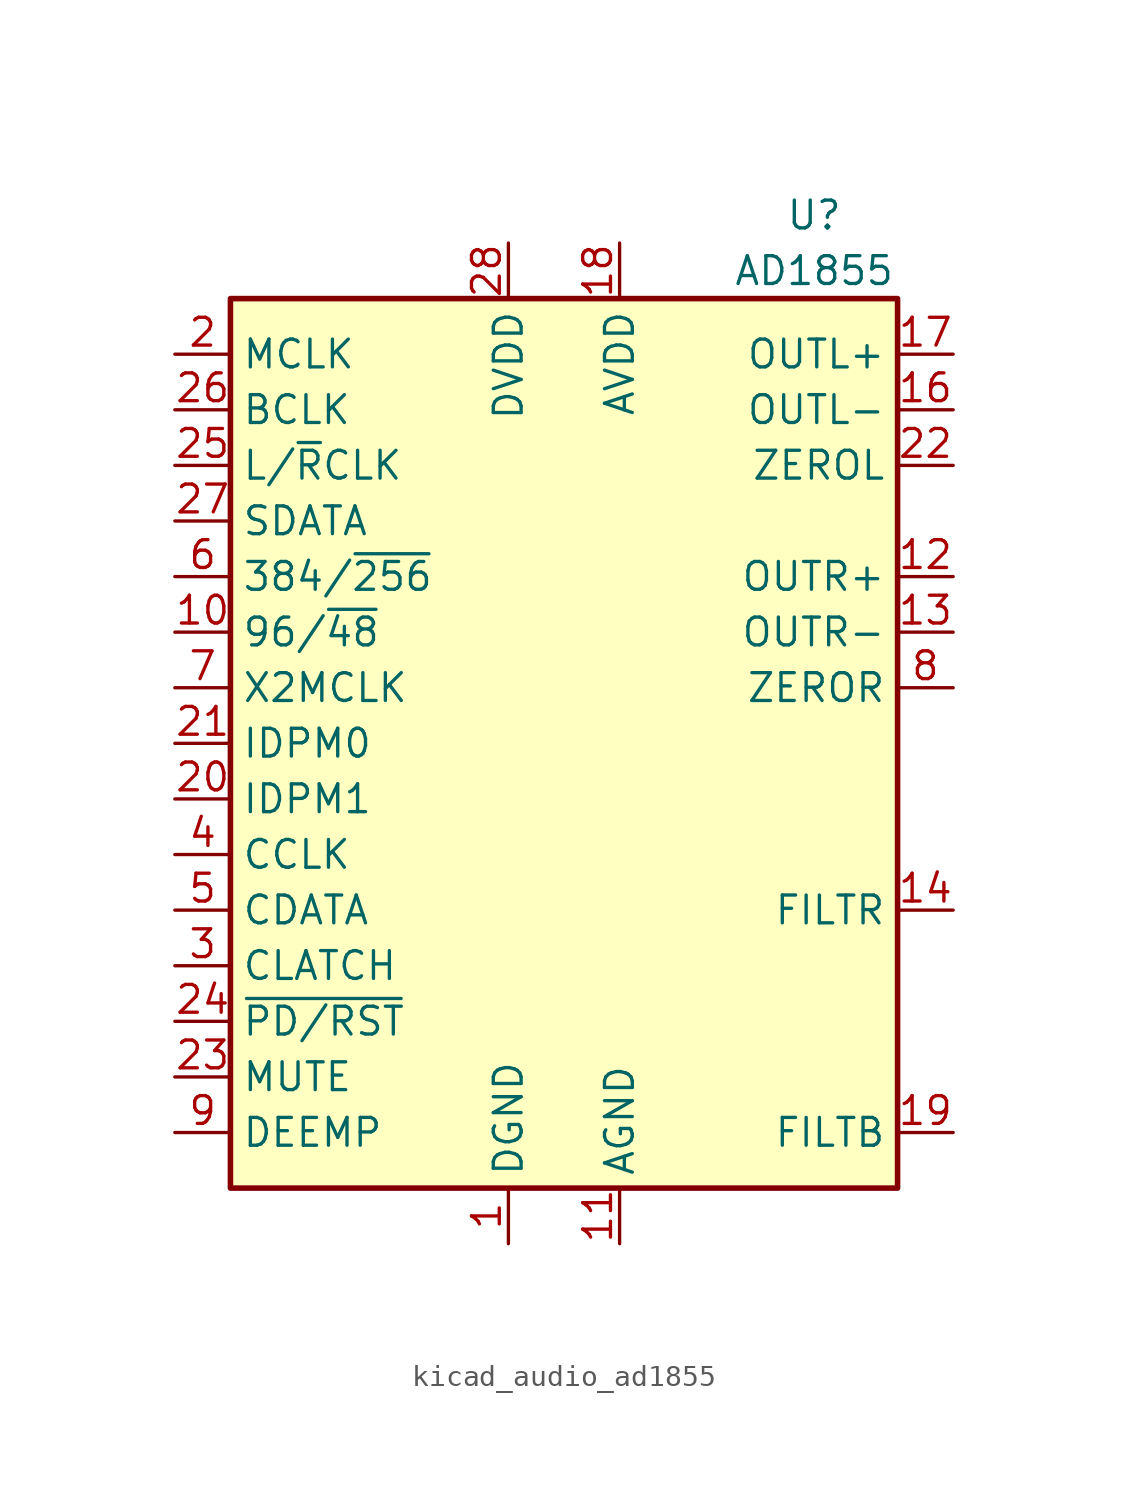
<source format=kicad_sym>
(kicad_symbol_lib
  (version 20220914)
  (generator kicad_symbol_editor)
  (symbol "kicad_audio_ad1855"
    (property "Reference" "U"
      (at 11.43 24.13 0)
      (effects (font (size 1.27 1.27))))
    (property "Value" "AD1855"
      (at 11.43 21.59 0)
      (effects (font (size 1.27 1.27))))
    (symbol "kicad_audio_ad1855_0_1"
      (rectangle (start -15.24 20.32) (end 15.24 -20.32) (stroke (width 0.254) (type default)) (fill (type background))))
    (symbol "kicad_audio_ad1855_1_1"
      (pin power_in line (at -2.54 -22.86 90) (length 2.54) (name "DGND" (effects (font (size 1.27 1.27)))) (number "1" (effects (font (size 1.27 1.27)))))
      (pin input line (at -17.78 5.08 0) (length 2.54) (name "96/~{48}" (effects (font (size 1.27 1.27)))) (number "10" (effects (font (size 1.27 1.27)))))
      (pin power_in line (at 2.54 -22.86 90) (length 2.54) (name "AGND" (effects (font (size 1.27 1.27)))) (number "11" (effects (font (size 1.27 1.27)))))
      (pin output line (at 17.78 7.62 180) (length 2.54) (name "OUTR+" (effects (font (size 1.27 1.27)))) (number "12" (effects (font (size 1.27 1.27)))))
      (pin output line (at 17.78 5.08 180) (length 2.54) (name "OUTR-" (effects (font (size 1.27 1.27)))) (number "13" (effects (font (size 1.27 1.27)))))
      (pin output line (at 17.78 -7.62 180) (length 2.54) (name "FILTR" (effects (font (size 1.27 1.27)))) (number "14" (effects (font (size 1.27 1.27)))))
      (pin passive line (at 2.54 -22.86 90) (length 2.54) hide (name "AGND" (effects (font (size 1.27 1.27)))) (number "15" (effects (font (size 1.27 1.27)))))
      (pin output line (at 17.78 15.24 180) (length 2.54) (name "OUTL-" (effects (font (size 1.27 1.27)))) (number "16" (effects (font (size 1.27 1.27)))))
      (pin output line (at 17.78 17.78 180) (length 2.54) (name "OUTL+" (effects (font (size 1.27 1.27)))) (number "17" (effects (font (size 1.27 1.27)))))
      (pin power_in line (at 2.54 22.86 270) (length 2.54) (name "AVDD" (effects (font (size 1.27 1.27)))) (number "18" (effects (font (size 1.27 1.27)))))
      (pin output line (at 17.78 -17.78 180) (length 2.54) (name "FILTB" (effects (font (size 1.27 1.27)))) (number "19" (effects (font (size 1.27 1.27)))))
      (pin input line (at -17.78 17.78 0) (length 2.54) (name "MCLK" (effects (font (size 1.27 1.27)))) (number "2" (effects (font (size 1.27 1.27)))))
      (pin input line (at -17.78 -2.54 0) (length 2.54) (name "IDPM1" (effects (font (size 1.27 1.27)))) (number "20" (effects (font (size 1.27 1.27)))))
      (pin input line (at -17.78 0 0) (length 2.54) (name "IDPM0" (effects (font (size 1.27 1.27)))) (number "21" (effects (font (size 1.27 1.27)))))
      (pin output line (at 17.78 12.7 180) (length 2.54) (name "ZEROL" (effects (font (size 1.27 1.27)))) (number "22" (effects (font (size 1.27 1.27)))))
      (pin input line (at -17.78 -15.24 0) (length 2.54) (name "MUTE" (effects (font (size 1.27 1.27)))) (number "23" (effects (font (size 1.27 1.27)))))
      (pin input line (at -17.78 -12.7 0) (length 2.54) (name "~{PD/RST}" (effects (font (size 1.27 1.27)))) (number "24" (effects (font (size 1.27 1.27)))))
      (pin input line (at -17.78 12.7 0) (length 2.54) (name "L/~{R}CLK" (effects (font (size 1.27 1.27)))) (number "25" (effects (font (size 1.27 1.27)))))
      (pin input line (at -17.78 15.24 0) (length 2.54) (name "BCLK" (effects (font (size 1.27 1.27)))) (number "26" (effects (font (size 1.27 1.27)))))
      (pin input line (at -17.78 10.16 0) (length 2.54) (name "SDATA" (effects (font (size 1.27 1.27)))) (number "27" (effects (font (size 1.27 1.27)))))
      (pin power_in line (at -2.54 22.86 270) (length 2.54) (name "DVDD" (effects (font (size 1.27 1.27)))) (number "28" (effects (font (size 1.27 1.27)))))
      (pin input line (at -17.78 -10.16 0) (length 2.54) (name "CLATCH" (effects (font (size 1.27 1.27)))) (number "3" (effects (font (size 1.27 1.27)))))
      (pin input line (at -17.78 -5.08 0) (length 2.54) (name "CCLK" (effects (font (size 1.27 1.27)))) (number "4" (effects (font (size 1.27 1.27)))))
      (pin input line (at -17.78 -7.62 0) (length 2.54) (name "CDATA" (effects (font (size 1.27 1.27)))) (number "5" (effects (font (size 1.27 1.27)))))
      (pin input line (at -17.78 7.62 0) (length 2.54) (name "384/~{256}" (effects (font (size 1.27 1.27)))) (number "6" (effects (font (size 1.27 1.27)))))
      (pin input line (at -17.78 2.54 0) (length 2.54) (name "X2MCLK" (effects (font (size 1.27 1.27)))) (number "7" (effects (font (size 1.27 1.27)))))
      (pin output line (at 17.78 2.54 180) (length 2.54) (name "ZEROR" (effects (font (size 1.27 1.27)))) (number "8" (effects (font (size 1.27 1.27)))))
      (pin input line (at -17.78 -17.78 0) (length 2.54) (name "DEEMP" (effects (font (size 1.27 1.27)))) (number "9" (effects (font (size 1.27 1.27))))))))
</source>
